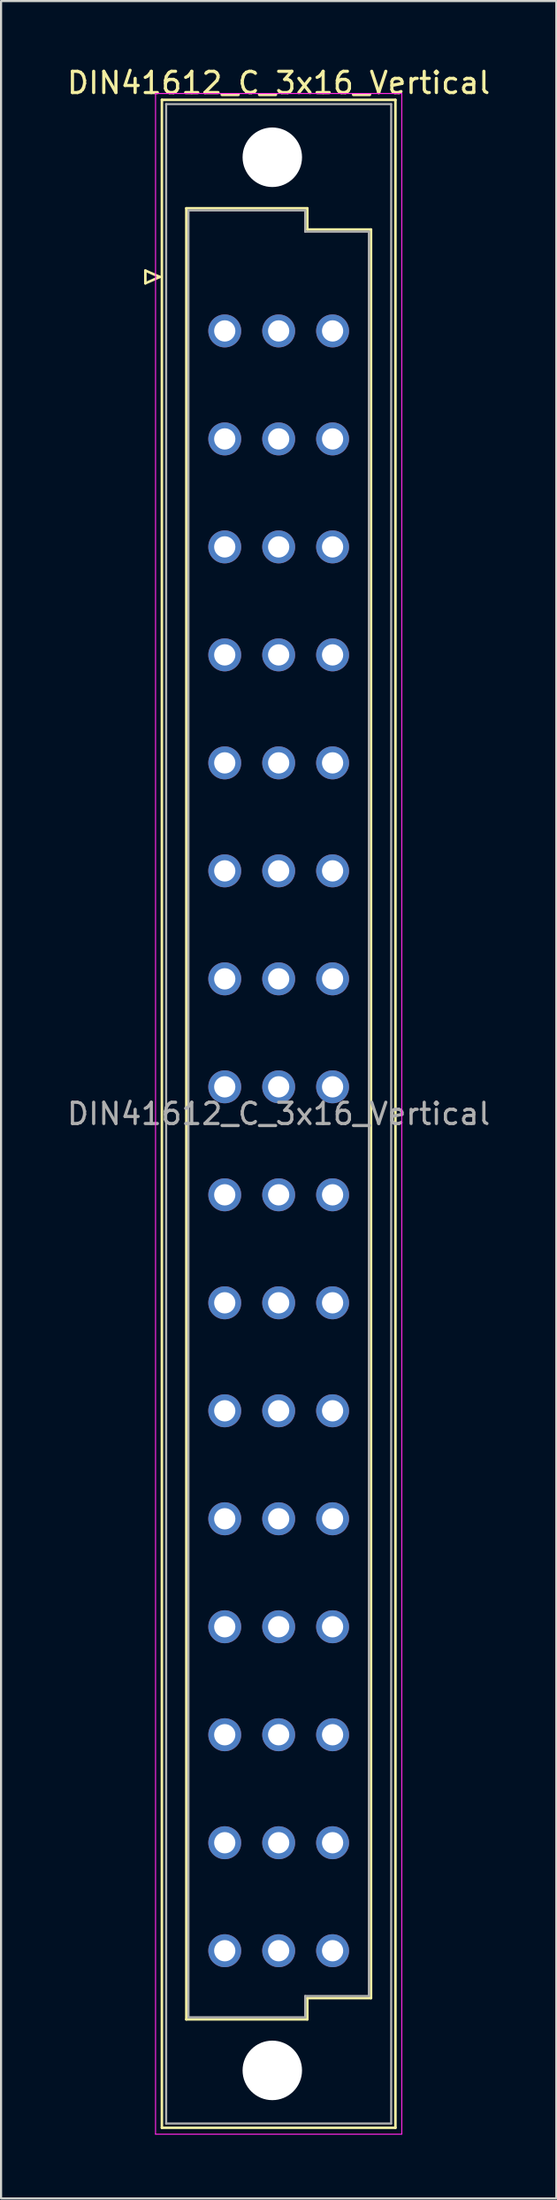
<source format=kicad_pcb>
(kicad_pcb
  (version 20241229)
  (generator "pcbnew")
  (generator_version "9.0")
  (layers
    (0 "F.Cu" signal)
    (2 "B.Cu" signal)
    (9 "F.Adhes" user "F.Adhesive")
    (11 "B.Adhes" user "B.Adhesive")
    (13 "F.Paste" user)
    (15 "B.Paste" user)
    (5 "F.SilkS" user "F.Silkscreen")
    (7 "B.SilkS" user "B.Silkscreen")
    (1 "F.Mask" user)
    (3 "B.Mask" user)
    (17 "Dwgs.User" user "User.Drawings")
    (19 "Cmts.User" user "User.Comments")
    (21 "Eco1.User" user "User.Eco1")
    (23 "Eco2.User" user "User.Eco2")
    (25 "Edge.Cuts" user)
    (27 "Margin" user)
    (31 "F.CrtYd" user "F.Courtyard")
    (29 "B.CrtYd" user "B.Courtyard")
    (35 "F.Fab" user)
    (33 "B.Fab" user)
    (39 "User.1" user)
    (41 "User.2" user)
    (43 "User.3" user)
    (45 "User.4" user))
  (footprint "DIN41612_C_3x16_Vertical"
    (layer "F.Cu")
    (at 7.537 9.978)
    (property "Reference" "DIN41612_C_3x16_Vertical" (at 2.54 -9.13 0) (layer "F.SilkS") (effects (font (size 1 1) (thickness 0.15))))
    (attr through_hole)
    (fp_line (start -3.74 -0.3) (end -3.74 0.3) (stroke (width 0.12) (type solid)) (layer "F.SilkS"))
    (fp_line (start -3.74 0.3) (end -3.06 0) (stroke (width 0.12) (type solid)) (layer "F.SilkS"))
    (fp_line (start -3.06 0) (end -3.74 -0.3) (stroke (width 0.12) (type solid)) (layer "F.SilkS"))
    (fp_line (start -2.96 -8.33) (end 8.04 -8.33) (stroke (width 0.12) (type solid)) (layer "F.SilkS"))
    (fp_line (start -2.96 87.07) (end -2.96 -8.33) (stroke (width 0.12) (type solid)) (layer "F.SilkS"))
    (fp_line (start -1.81 -3.23) (end 3.89 -3.23) (stroke (width 0.12) (type solid)) (layer "F.SilkS"))
    (fp_line (start -1.81 81.97) (end -1.81 -3.23) (stroke (width 0.12) (type solid)) (layer "F.SilkS"))
    (fp_line (start 3.89 -3.23) (end 3.89 -2.23) (stroke (width 0.12) (type solid)) (layer "F.SilkS"))
    (fp_line (start 3.89 -2.23) (end 6.89 -2.23) (stroke (width 0.12) (type solid)) (layer "F.SilkS"))
    (fp_line (start 3.89 80.97) (end 3.89 81.97) (stroke (width 0.12) (type solid)) (layer "F.SilkS"))
    (fp_line (start 3.89 81.97) (end -1.81 81.97) (stroke (width 0.12) (type solid)) (layer "F.SilkS"))
    (fp_line (start 6.89 -2.23) (end 6.89 80.97) (stroke (width 0.12) (type solid)) (layer "F.SilkS"))
    (fp_line (start 6.89 80.97) (end 3.89 80.97) (stroke (width 0.12) (type solid)) (layer "F.SilkS"))
    (fp_line (start 8.04 -8.33) (end 8.04 87.07) (stroke (width 0.12) (type solid)) (layer "F.SilkS"))
    (fp_line (start 8.04 87.07) (end -2.96 87.07) (stroke (width 0.12) (type solid)) (layer "F.SilkS"))
    (fp_line (start -3.26 -8.63) (end 8.34 -8.63) (stroke (width 0.05) (type solid)) (layer "F.CrtYd"))
    (fp_line (start -3.26 87.37) (end -3.26 -8.63) (stroke (width 0.05) (type solid)) (layer "F.CrtYd"))
    (fp_line (start 8.34 -8.63) (end 8.34 87.37) (stroke (width 0.05) (type solid)) (layer "F.CrtYd"))
    (fp_line (start 8.34 87.37) (end -3.26 87.37) (stroke (width 0.05) (type solid)) (layer "F.CrtYd"))
    (fp_line (start -2.76 -8.13) (end 7.84 -8.13) (stroke (width 0.1) (type solid)) (layer "F.Fab"))
    (fp_line (start -2.76 86.87) (end -2.76 -8.13) (stroke (width 0.1) (type solid)) (layer "F.Fab"))
    (fp_line (start -1.71 -3.13) (end 3.79 -3.13) (stroke (width 0.1) (type solid)) (layer "F.Fab"))
    (fp_line (start -1.71 81.87) (end -1.71 -3.13) (stroke (width 0.1) (type solid)) (layer "F.Fab"))
    (fp_line (start 3.79 -3.13) (end 3.79 -2.13) (stroke (width 0.1) (type solid)) (layer "F.Fab"))
    (fp_line (start 3.79 -2.13) (end 6.79 -2.13) (stroke (width 0.1) (type solid)) (layer "F.Fab"))
    (fp_line (start 3.79 80.87) (end 3.79 81.87) (stroke (width 0.1) (type solid)) (layer "F.Fab"))
    (fp_line (start 3.79 81.87) (end -1.71 81.87) (stroke (width 0.1) (type solid)) (layer "F.Fab"))
    (fp_line (start 6.79 -2.13) (end 6.79 80.87) (stroke (width 0.1) (type solid)) (layer "F.Fab"))
    (fp_line (start 6.79 80.87) (end 3.79 80.87) (stroke (width 0.1) (type solid)) (layer "F.Fab"))
    (fp_line (start 7.84 -8.13) (end 7.84 86.87) (stroke (width 0.1) (type solid)) (layer "F.Fab"))
    (fp_line (start 7.84 86.87) (end -2.76 86.87) (stroke (width 0.1) (type solid)) (layer "F.Fab"))
    (fp_text user "${REFERENCE}" (at 2.54 39.37 0) (layer "F.Fab") (effects (font (size 1 1) (thickness 0.15))))
    (pad "" np_thru_hole circle (at 2.24 -5.63) (size 2.8 2.8) (drill 2.8) (layers "*.Cu" "*.Mask"))
    (pad "" np_thru_hole circle (at 2.24 84.37) (size 2.8 2.8) (drill 2.8) (layers "*.Cu" "*.Mask"))
    (pad "a2" thru_hole circle (at 0 2.54) (size 1.55 1.55) (drill 1) (layers "*.Cu" "*.Mask"))
    (pad "a4" thru_hole circle (at 0 7.62) (size 1.55 1.55) (drill 1) (layers "*.Cu" "*.Mask"))
    (pad "a6" thru_hole circle (at 0 12.7) (size 1.55 1.55) (drill 1) (layers "*.Cu" "*.Mask"))
    (pad "a8" thru_hole circle (at 0 17.78) (size 1.55 1.55) (drill 1) (layers "*.Cu" "*.Mask"))
    (pad "a10" thru_hole circle (at 0 22.86) (size 1.55 1.55) (drill 1) (layers "*.Cu" "*.Mask"))
    (pad "a12" thru_hole circle (at 0 27.94) (size 1.55 1.55) (drill 1) (layers "*.Cu" "*.Mask"))
    (pad "a14" thru_hole circle (at 0 33.02) (size 1.55 1.55) (drill 1) (layers "*.Cu" "*.Mask"))
    (pad "a16" thru_hole circle (at 0 38.1) (size 1.55 1.55) (drill 1) (layers "*.Cu" "*.Mask"))
    (pad "a18" thru_hole circle (at 0 43.18) (size 1.55 1.55) (drill 1) (layers "*.Cu" "*.Mask"))
    (pad "a20" thru_hole circle (at 0 48.26) (size 1.55 1.55) (drill 1) (layers "*.Cu" "*.Mask"))
    (pad "a22" thru_hole circle (at 0 53.34) (size 1.55 1.55) (drill 1) (layers "*.Cu" "*.Mask"))
    (pad "a24" thru_hole circle (at 0 58.42) (size 1.55 1.55) (drill 1) (layers "*.Cu" "*.Mask"))
    (pad "a26" thru_hole circle (at 0 63.5) (size 1.55 1.55) (drill 1) (layers "*.Cu" "*.Mask"))
    (pad "a28" thru_hole circle (at 0 68.58) (size 1.55 1.55) (drill 1) (layers "*.Cu" "*.Mask"))
    (pad "a30" thru_hole circle (at 0 73.66) (size 1.55 1.55) (drill 1) (layers "*.Cu" "*.Mask"))
    (pad "a32" thru_hole circle (at 0 78.74) (size 1.55 1.55) (drill 1) (layers "*.Cu" "*.Mask"))
    (pad "b2" thru_hole circle (at 2.54 2.54) (size 1.55 1.55) (drill 1) (layers "*.Cu" "*.Mask"))
    (pad "b4" thru_hole circle (at 2.54 7.62) (size 1.55 1.55) (drill 1) (layers "*.Cu" "*.Mask"))
    (pad "b6" thru_hole circle (at 2.54 12.7) (size 1.55 1.55) (drill 1) (layers "*.Cu" "*.Mask"))
    (pad "b8" thru_hole circle (at 2.54 17.78) (size 1.55 1.55) (drill 1) (layers "*.Cu" "*.Mask"))
    (pad "b10" thru_hole circle (at 2.54 22.86) (size 1.55 1.55) (drill 1) (layers "*.Cu" "*.Mask"))
    (pad "b12" thru_hole circle (at 2.54 27.94) (size 1.55 1.55) (drill 1) (layers "*.Cu" "*.Mask"))
    (pad "b14" thru_hole circle (at 2.54 33.02) (size 1.55 1.55) (drill 1) (layers "*.Cu" "*.Mask"))
    (pad "b16" thru_hole circle (at 2.54 38.1) (size 1.55 1.55) (drill 1) (layers "*.Cu" "*.Mask"))
    (pad "b18" thru_hole circle (at 2.54 43.18) (size 1.55 1.55) (drill 1) (layers "*.Cu" "*.Mask"))
    (pad "b20" thru_hole circle (at 2.54 48.26) (size 1.55 1.55) (drill 1) (layers "*.Cu" "*.Mask"))
    (pad "b22" thru_hole circle (at 2.54 53.34) (size 1.55 1.55) (drill 1) (layers "*.Cu" "*.Mask"))
    (pad "b24" thru_hole circle (at 2.54 58.42) (size 1.55 1.55) (drill 1) (layers "*.Cu" "*.Mask"))
    (pad "b26" thru_hole circle (at 2.54 63.5) (size 1.55 1.55) (drill 1) (layers "*.Cu" "*.Mask"))
    (pad "b28" thru_hole circle (at 2.54 68.58) (size 1.55 1.55) (drill 1) (layers "*.Cu" "*.Mask"))
    (pad "b30" thru_hole circle (at 2.54 73.66) (size 1.55 1.55) (drill 1) (layers "*.Cu" "*.Mask"))
    (pad "b32" thru_hole circle (at 2.54 78.74) (size 1.55 1.55) (drill 1) (layers "*.Cu" "*.Mask"))
    (pad "c2" thru_hole circle (at 5.08 2.54) (size 1.55 1.55) (drill 1) (layers "*.Cu" "*.Mask"))
    (pad "c4" thru_hole circle (at 5.08 7.62) (size 1.55 1.55) (drill 1) (layers "*.Cu" "*.Mask"))
    (pad "c6" thru_hole circle (at 5.08 12.7) (size 1.55 1.55) (drill 1) (layers "*.Cu" "*.Mask"))
    (pad "c8" thru_hole circle (at 5.08 17.78) (size 1.55 1.55) (drill 1) (layers "*.Cu" "*.Mask"))
    (pad "c10" thru_hole circle (at 5.08 22.86) (size 1.55 1.55) (drill 1) (layers "*.Cu" "*.Mask"))
    (pad "c12" thru_hole circle (at 5.08 27.94) (size 1.55 1.55) (drill 1) (layers "*.Cu" "*.Mask"))
    (pad "c14" thru_hole circle (at 5.08 33.02) (size 1.55 1.55) (drill 1) (layers "*.Cu" "*.Mask"))
    (pad "c16" thru_hole circle (at 5.08 38.1) (size 1.55 1.55) (drill 1) (layers "*.Cu" "*.Mask"))
    (pad "c18" thru_hole circle (at 5.08 43.18) (size 1.55 1.55) (drill 1) (layers "*.Cu" "*.Mask"))
    (pad "c20" thru_hole circle (at 5.08 48.26) (size 1.55 1.55) (drill 1) (layers "*.Cu" "*.Mask"))
    (pad "c22" thru_hole circle (at 5.08 53.34) (size 1.55 1.55) (drill 1) (layers "*.Cu" "*.Mask"))
    (pad "c24" thru_hole circle (at 5.08 58.42) (size 1.55 1.55) (drill 1) (layers "*.Cu" "*.Mask"))
    (pad "c26" thru_hole circle (at 5.08 63.5) (size 1.55 1.55) (drill 1) (layers "*.Cu" "*.Mask"))
    (pad "c28" thru_hole circle (at 5.08 68.58) (size 1.55 1.55) (drill 1) (layers "*.Cu" "*.Mask"))
    (pad "c30" thru_hole circle (at 5.08 73.66) (size 1.55 1.55) (drill 1) (layers "*.Cu" "*.Mask"))
    (pad "c32" thru_hole circle (at 5.08 78.74) (size 1.55 1.55) (drill 1) (layers "*.Cu" "*.Mask")))
  (gr_rect
    (start -3 -3)
    (end 23.155 100.373)
    (stroke (width 0.1) (type default))
    (fill no)
    (layer "Edge.Cuts")))
</source>
